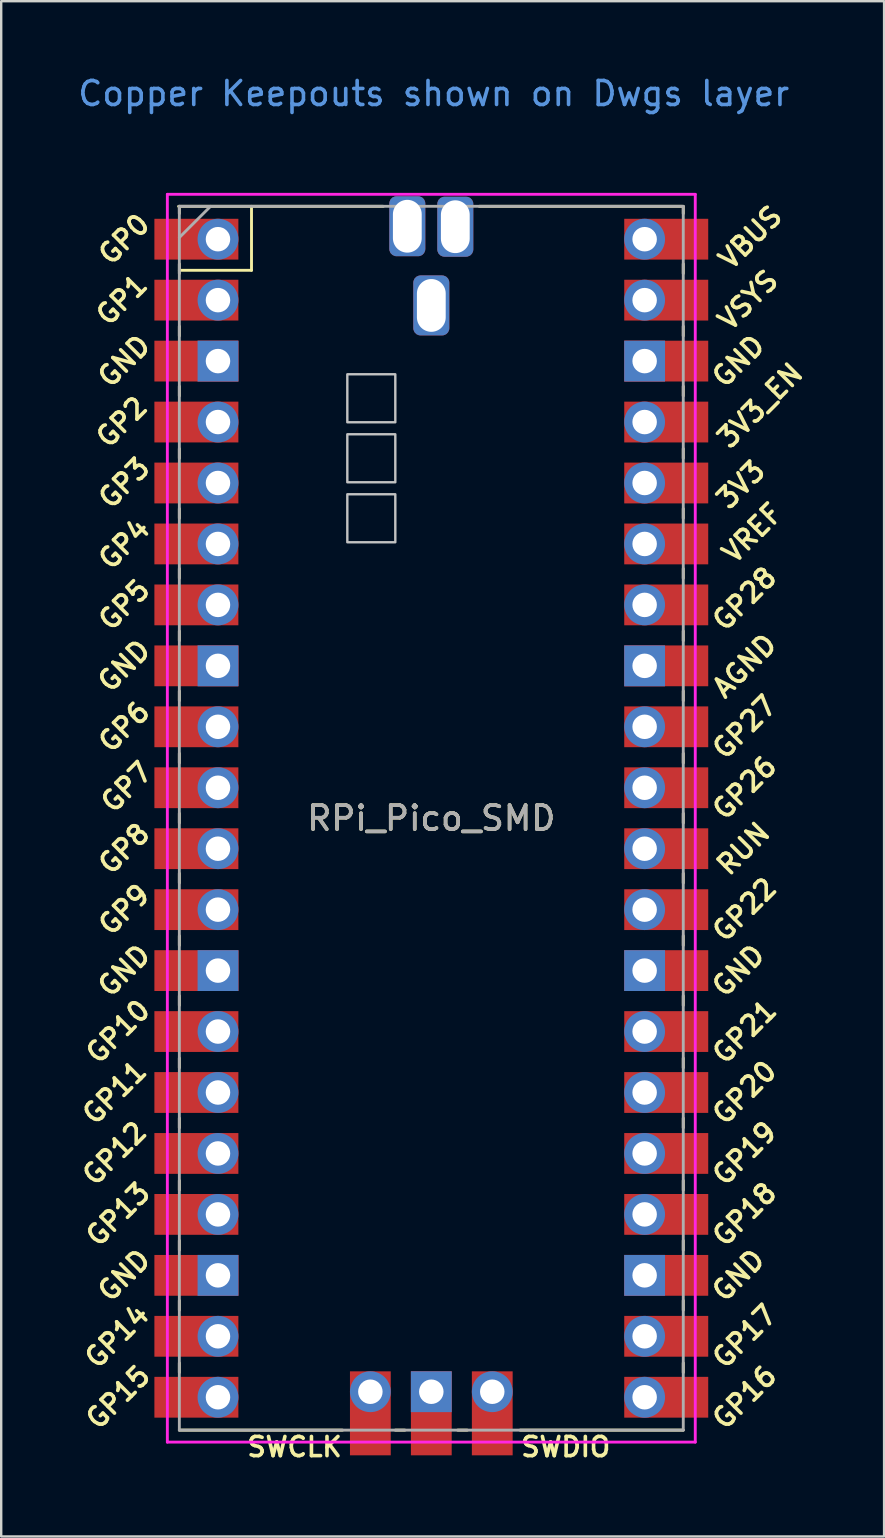
<source format=kicad_pcb>
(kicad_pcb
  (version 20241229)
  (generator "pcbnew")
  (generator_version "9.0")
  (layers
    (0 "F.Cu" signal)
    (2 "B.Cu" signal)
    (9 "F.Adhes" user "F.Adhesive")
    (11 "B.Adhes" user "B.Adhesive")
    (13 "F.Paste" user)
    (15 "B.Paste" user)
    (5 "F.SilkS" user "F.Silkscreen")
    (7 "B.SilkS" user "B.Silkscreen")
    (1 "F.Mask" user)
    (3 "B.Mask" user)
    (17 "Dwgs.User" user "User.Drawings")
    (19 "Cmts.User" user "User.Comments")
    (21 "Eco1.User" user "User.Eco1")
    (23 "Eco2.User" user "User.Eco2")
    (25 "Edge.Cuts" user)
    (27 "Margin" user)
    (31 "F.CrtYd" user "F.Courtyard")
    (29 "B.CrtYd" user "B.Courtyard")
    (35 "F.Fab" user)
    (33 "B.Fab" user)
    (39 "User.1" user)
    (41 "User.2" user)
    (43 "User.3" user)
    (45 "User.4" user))
  (footprint "RPi_Pico_SMD"
    (layer "F.Cu")
    (at 14.924 31.048)
    (property "Reference" "RPi_Pico_SMD" (at 0 0 0) (layer "F.SilkS") (effects (font (size 1 1) (thickness 0.15))))
    (attr through_hole)
    (fp_line (start -10.5 -25.5) (end -10.5 -25.2) (stroke (width 0.12) (type solid)) (layer "F.SilkS"))
    (fp_line (start -10.5 -23.1) (end -10.5 -22.7) (stroke (width 0.12) (type solid)) (layer "F.SilkS"))
    (fp_line (start -10.5 -22.833) (end -7.493 -22.833) (stroke (width 0.12) (type solid)) (layer "F.SilkS"))
    (fp_line (start -10.5 -20.5) (end -10.5 -20.1) (stroke (width 0.12) (type solid)) (layer "F.SilkS"))
    (fp_line (start -10.5 -18) (end -10.5 -17.6) (stroke (width 0.12) (type solid)) (layer "F.SilkS"))
    (fp_line (start -10.5 -15.4) (end -10.5 -15) (stroke (width 0.12) (type solid)) (layer "F.SilkS"))
    (fp_line (start -10.5 -12.9) (end -10.5 -12.5) (stroke (width 0.12) (type solid)) (layer "F.SilkS"))
    (fp_line (start -10.5 -10.4) (end -10.5 -10) (stroke (width 0.12) (type solid)) (layer "F.SilkS"))
    (fp_line (start -10.5 -7.8) (end -10.5 -7.4) (stroke (width 0.12) (type solid)) (layer "F.SilkS"))
    (fp_line (start -10.5 -5.3) (end -10.5 -4.9) (stroke (width 0.12) (type solid)) (layer "F.SilkS"))
    (fp_line (start -10.5 -2.7) (end -10.5 -2.3) (stroke (width 0.12) (type solid)) (layer "F.SilkS"))
    (fp_line (start -10.5 -0.2) (end -10.5 0.2) (stroke (width 0.12) (type solid)) (layer "F.SilkS"))
    (fp_line (start -10.5 2.3) (end -10.5 2.7) (stroke (width 0.12) (type solid)) (layer "F.SilkS"))
    (fp_line (start -10.5 4.9) (end -10.5 5.3) (stroke (width 0.12) (type solid)) (layer "F.SilkS"))
    (fp_line (start -10.5 7.4) (end -10.5 7.8) (stroke (width 0.12) (type solid)) (layer "F.SilkS"))
    (fp_line (start -10.5 10) (end -10.5 10.4) (stroke (width 0.12) (type solid)) (layer "F.SilkS"))
    (fp_line (start -10.5 12.5) (end -10.5 12.9) (stroke (width 0.12) (type solid)) (layer "F.SilkS"))
    (fp_line (start -10.5 15.1) (end -10.5 15.5) (stroke (width 0.12) (type solid)) (layer "F.SilkS"))
    (fp_line (start -10.5 17.6) (end -10.5 18) (stroke (width 0.12) (type solid)) (layer "F.SilkS"))
    (fp_line (start -10.5 20.1) (end -10.5 20.5) (stroke (width 0.12) (type solid)) (layer "F.SilkS"))
    (fp_line (start -10.5 22.7) (end -10.5 23.1) (stroke (width 0.12) (type solid)) (layer "F.SilkS"))
    (fp_line (start -7.493 -22.833) (end -7.493 -25.5) (stroke (width 0.12) (type solid)) (layer "F.SilkS"))
    (fp_line (start -3.7 25.5) (end -10.5 25.5) (stroke (width 0.12) (type solid)) (layer "F.SilkS"))
    (fp_line (start -2 -25.5) (end -10.53 -25.5) (stroke (width 0.12) (type solid)) (layer "F.SilkS"))
    (fp_line (start -1.5 25.5) (end -1.1 25.5) (stroke (width 0.12) (type solid)) (layer "F.SilkS"))
    (fp_line (start 1.1 25.5) (end 1.5 25.5) (stroke (width 0.12) (type solid)) (layer "F.SilkS"))
    (fp_line (start 10.47 -25.5) (end 2 -25.5) (stroke (width 0.12) (type solid)) (layer "F.SilkS"))
    (fp_line (start 10.5 -25.5) (end 10.5 -25.2) (stroke (width 0.12) (type solid)) (layer "F.SilkS"))
    (fp_line (start 10.5 -23.1) (end 10.5 -22.7) (stroke (width 0.12) (type solid)) (layer "F.SilkS"))
    (fp_line (start 10.5 -20.5) (end 10.5 -20.1) (stroke (width 0.12) (type solid)) (layer "F.SilkS"))
    (fp_line (start 10.5 -18) (end 10.5 -17.6) (stroke (width 0.12) (type solid)) (layer "F.SilkS"))
    (fp_line (start 10.5 -15.4) (end 10.5 -15) (stroke (width 0.12) (type solid)) (layer "F.SilkS"))
    (fp_line (start 10.5 -12.9) (end 10.5 -12.5) (stroke (width 0.12) (type solid)) (layer "F.SilkS"))
    (fp_line (start 10.5 -10.4) (end 10.5 -10) (stroke (width 0.12) (type solid)) (layer "F.SilkS"))
    (fp_line (start 10.5 -7.8) (end 10.5 -7.4) (stroke (width 0.12) (type solid)) (layer "F.SilkS"))
    (fp_line (start 10.5 -5.3) (end 10.5 -4.9) (stroke (width 0.12) (type solid)) (layer "F.SilkS"))
    (fp_line (start 10.5 -2.7) (end 10.5 -2.3) (stroke (width 0.12) (type solid)) (layer "F.SilkS"))
    (fp_line (start 10.5 -0.2) (end 10.5 0.2) (stroke (width 0.12) (type solid)) (layer "F.SilkS"))
    (fp_line (start 10.5 2.3) (end 10.5 2.7) (stroke (width 0.12) (type solid)) (layer "F.SilkS"))
    (fp_line (start 10.5 4.9) (end 10.5 5.3) (stroke (width 0.12) (type solid)) (layer "F.SilkS"))
    (fp_line (start 10.5 7.4) (end 10.5 7.8) (stroke (width 0.12) (type solid)) (layer "F.SilkS"))
    (fp_line (start 10.5 10) (end 10.5 10.4) (stroke (width 0.12) (type solid)) (layer "F.SilkS"))
    (fp_line (start 10.5 12.5) (end 10.5 12.9) (stroke (width 0.12) (type solid)) (layer "F.SilkS"))
    (fp_line (start 10.5 15.1) (end 10.5 15.5) (stroke (width 0.12) (type solid)) (layer "F.SilkS"))
    (fp_line (start 10.5 17.6) (end 10.5 18) (stroke (width 0.12) (type solid)) (layer "F.SilkS"))
    (fp_line (start 10.5 20.1) (end 10.5 20.5) (stroke (width 0.12) (type solid)) (layer "F.SilkS"))
    (fp_line (start 10.5 22.7) (end 10.5 23.1) (stroke (width 0.12) (type solid)) (layer "F.SilkS"))
    (fp_line (start 10.5 25.5) (end 3.7 25.5) (stroke (width 0.12) (type solid)) (layer "F.SilkS"))
    (fp_poly (pts (xy -1.5 -16.5) (xy -3.5 -16.5) (xy -3.5 -18.5) (xy -1.5 -18.5)) (stroke (width 0.1) (type solid)) (fill no) (layer "Dwgs.User"))
    (fp_poly (pts (xy -1.5 -14) (xy -3.5 -14) (xy -3.5 -16) (xy -1.5 -16)) (stroke (width 0.1) (type solid)) (fill no) (layer "Dwgs.User"))
    (fp_poly (pts (xy -1.5 -11.5) (xy -3.5 -11.5) (xy -3.5 -13.5) (xy -1.5 -13.5)) (stroke (width 0.1) (type solid)) (fill no) (layer "Dwgs.User"))
    (fp_line (start -11 -26) (end 11 -26) (stroke (width 0.12) (type solid)) (layer "F.CrtYd"))
    (fp_line (start -11 26) (end -11 -26) (stroke (width 0.12) (type solid)) (layer "F.CrtYd"))
    (fp_line (start 11 -26) (end 11 26) (stroke (width 0.12) (type solid)) (layer "F.CrtYd"))
    (fp_line (start 11 26) (end -11 26) (stroke (width 0.12) (type solid)) (layer "F.CrtYd"))
    (fp_line (start -10.5 -25.5) (end 10.5 -25.5) (stroke (width 0.12) (type solid)) (layer "F.Fab"))
    (fp_line (start -10.5 -24.2) (end -9.2 -25.5) (stroke (width 0.12) (type solid)) (layer "F.Fab"))
    (fp_line (start -10.5 25.5) (end -10.5 -25.5) (stroke (width 0.12) (type solid)) (layer "F.Fab"))
    (fp_line (start 10.5 -25.5) (end 10.5 25.5) (stroke (width 0.12) (type solid)) (layer "F.Fab"))
    (fp_line (start 10.5 25.5) (end -10.5 25.5) (stroke (width 0.12) (type solid)) (layer "F.Fab"))
    (fp_text user "GP10" (at -13.054 8.89 45) (layer "F.SilkS") (effects (font (size 0.8 0.8) (thickness 0.15))))
    (fp_text user "GP4" (at -12.8 -11.43 45) (layer "F.SilkS") (effects (font (size 0.8 0.8) (thickness 0.15))))
    (fp_text user "GP9" (at -12.8 3.81 45) (layer "F.SilkS") (effects (font (size 0.8 0.8) (thickness 0.15))))
    (fp_text user "GP7" (at -12.7 -1.3 45) (layer "F.SilkS") (effects (font (size 0.8 0.8) (thickness 0.15))))
    (fp_text user "GP2" (at -12.9 -16.51 45) (layer "F.SilkS") (effects (font (size 0.8 0.8) (thickness 0.15))))
    (fp_text user "GP28" (at 13.054 -9.144 45) (layer "F.SilkS") (effects (font (size 0.8 0.8) (thickness 0.15))))
    (fp_text user "GP6" (at -12.8 -3.81 45) (layer "F.SilkS") (effects (font (size 0.8 0.8) (thickness 0.15))))
    (fp_text user "AGND" (at 13.054 -6.35 45) (layer "F.SilkS") (effects (font (size 0.8 0.8) (thickness 0.15))))
    (fp_text user "GP8" (at -12.8 1.27 45) (layer "F.SilkS") (effects (font (size 0.8 0.8) (thickness 0.15))))
    (fp_text user "GND" (at 12.8 -19.05 45) (layer "F.SilkS") (effects (font (size 0.8 0.8) (thickness 0.15))))
    (fp_text user "3V3_EN" (at 13.7 -17.2 45) (layer "F.SilkS") (effects (font (size 0.8 0.8) (thickness 0.15))))
    (fp_text user "GND" (at 12.8 6.35 45) (layer "F.SilkS") (effects (font (size 0.8 0.8) (thickness 0.15))))
    (fp_text user "GP20" (at 13.054 11.43 45) (layer "F.SilkS") (effects (font (size 0.8 0.8) (thickness 0.15))))
    (fp_text user "GP21" (at 13.054 8.9 45) (layer "F.SilkS") (effects (font (size 0.8 0.8) (thickness 0.15))))
    (fp_text user "VSYS" (at 13.2 -21.59 45) (layer "F.SilkS") (effects (font (size 0.8 0.8) (thickness 0.15))))
    (fp_text user "GND" (at -12.8 6.35 45) (layer "F.SilkS") (effects (font (size 0.8 0.8) (thickness 0.15))))
    (fp_text user "RUN" (at 13 1.27 45) (layer "F.SilkS") (effects (font (size 0.8 0.8) (thickness 0.15))))
    (fp_text user "VBUS" (at 13.3 -24.2 45) (layer "F.SilkS") (effects (font (size 0.8 0.8) (thickness 0.15))))
    (fp_text user "GP11" (at -13.2 11.43 45) (layer "F.SilkS") (effects (font (size 0.8 0.8) (thickness 0.15))))
    (fp_text user "GND" (at -12.8 -6.35 45) (layer "F.SilkS") (effects (font (size 0.8 0.8) (thickness 0.15))))
    (fp_text user "VREF" (at 13.375 -11.889 45) (layer "F.SilkS") (effects (font (size 0.8 0.8) (thickness 0.15))))
    (fp_text user "GP13" (at -13.054 16.51 45) (layer "F.SilkS") (effects (font (size 0.8 0.8) (thickness 0.15))))
    (fp_text user "GP19" (at 13.054 13.97 45) (layer "F.SilkS") (effects (font (size 0.8 0.8) (thickness 0.15))))
    (fp_text user "3V3" (at 12.9 -13.9 45) (layer "F.SilkS") (effects (font (size 0.8 0.8) (thickness 0.15))))
    (fp_text user "GND" (at -12.8 -19.05 45) (layer "F.SilkS") (effects (font (size 0.8 0.8) (thickness 0.15))))
    (fp_text user "GND" (at -12.8 19.05 45) (layer "F.SilkS") (effects (font (size 0.8 0.8) (thickness 0.15))))
    (fp_text user "GP3" (at -12.8 -13.97 45) (layer "F.SilkS") (effects (font (size 0.8 0.8) (thickness 0.15))))
    (fp_text user "GP17" (at 13.054 21.59 45) (layer "F.SilkS") (effects (font (size 0.8 0.8) (thickness 0.15))))
    (fp_text user "GP0" (at -12.8 -24.13 45) (layer "F.SilkS") (effects (font (size 0.8 0.8) (thickness 0.15))))
    (fp_text user "GP26" (at 13.054 -1.27 45) (layer "F.SilkS") (effects (font (size 0.8 0.8) (thickness 0.15))))
    (fp_text user "GP27" (at 13.054 -3.8 45) (layer "F.SilkS") (effects (font (size 0.8 0.8) (thickness 0.15))))
    (fp_text user "GP22" (at 13.054 3.81 45) (layer "F.SilkS") (effects (font (size 0.8 0.8) (thickness 0.15))))
    (fp_text user "GP12" (at -13.2 13.97 45) (layer "F.SilkS") (effects (font (size 0.8 0.8) (thickness 0.15))))
    (fp_text user "GP18" (at 13.054 16.51 45) (layer "F.SilkS") (effects (font (size 0.8 0.8) (thickness 0.15))))
    (fp_text user "GND" (at 12.8 19.05 45) (layer "F.SilkS") (effects (font (size 0.8 0.8) (thickness 0.15))))
    (fp_text user "SWDIO" (at 5.6 26.2 0) (layer "F.SilkS") (effects (font (size 0.8 0.8) (thickness 0.15))))
    (fp_text user "SWCLK" (at -5.7 26.2 0) (layer "F.SilkS") (effects (font (size 0.8 0.8) (thickness 0.15))))
    (fp_text user "GP5" (at -12.8 -8.89 45) (layer "F.SilkS") (effects (font (size 0.8 0.8) (thickness 0.15))))
    (fp_text user "GP1" (at -12.9 -21.6 45) (layer "F.SilkS") (effects (font (size 0.8 0.8) (thickness 0.15))))
    (fp_text user "GP14" (at -13.1 21.59 45) (layer "F.SilkS") (effects (font (size 0.8 0.8) (thickness 0.15))))
    (fp_text user "GP15" (at -13.054 24.13 45) (layer "F.SilkS") (effects (font (size 0.8 0.8) (thickness 0.15))))
    (fp_text user "GP16" (at 13.054 24.13 45) (layer "F.SilkS") (effects (font (size 0.8 0.8) (thickness 0.15))))
    (fp_text user "Copper Keepouts shown on Dwgs layer" (at 0.1 -30.2 0) (layer "Cmts.User") (effects (font (size 1 1) (thickness 0.15))))
    (fp_text user "${REFERENCE}" (at 0 0 180) (layer "F.Fab") (effects (font (size 1 1) (thickness 0.15))))
    (pad "1" thru_hole oval (at -8.89 -24.13) (size 1.7 1.7) (drill 1.02) (layers "*.Cu" "*.Mask"))
    (pad "1" smd rect (at -8.89 -24.13) (size 3.5 1.7) (drill (offset -0.9 0)) (layers "F.Cu" "F.Mask"))
    (pad "2" thru_hole oval (at -8.89 -21.59) (size 1.7 1.7) (drill 1.02) (layers "*.Cu" "*.Mask"))
    (pad "2" smd rect (at -8.89 -21.59) (size 3.5 1.7) (drill (offset -0.9 0)) (layers "F.Cu" "F.Mask"))
    (pad "3" thru_hole rect (at -8.89 -19.05) (size 1.7 1.7) (drill 1.02) (layers "*.Cu" "*.Mask"))
    (pad "3" smd rect (at -8.89 -19.05) (size 3.5 1.7) (drill (offset -0.9 0)) (layers "F.Cu" "F.Mask"))
    (pad "4" thru_hole oval (at -8.89 -16.51) (size 1.7 1.7) (drill 1.02) (layers "*.Cu" "*.Mask"))
    (pad "4" smd rect (at -8.89 -16.51) (size 3.5 1.7) (drill (offset -0.9 0)) (layers "F.Cu" "F.Mask"))
    (pad "5" thru_hole oval (at -8.89 -13.97) (size 1.7 1.7) (drill 1.02) (layers "*.Cu" "*.Mask"))
    (pad "5" smd rect (at -8.89 -13.97) (size 3.5 1.7) (drill (offset -0.9 0)) (layers "F.Cu" "F.Mask"))
    (pad "6" thru_hole oval (at -8.89 -11.43) (size 1.7 1.7) (drill 1.02) (layers "*.Cu" "*.Mask"))
    (pad "6" smd rect (at -8.89 -11.43) (size 3.5 1.7) (drill (offset -0.9 0)) (layers "F.Cu" "F.Mask"))
    (pad "7" thru_hole oval (at -8.89 -8.89) (size 1.7 1.7) (drill 1.02) (layers "*.Cu" "*.Mask"))
    (pad "7" smd rect (at -8.89 -8.89) (size 3.5 1.7) (drill (offset -0.9 0)) (layers "F.Cu" "F.Mask"))
    (pad "8" thru_hole rect (at -8.89 -6.35) (size 1.7 1.7) (drill 1.02) (layers "*.Cu" "*.Mask"))
    (pad "8" smd rect (at -8.89 -6.35) (size 3.5 1.7) (drill (offset -0.9 0)) (layers "F.Cu" "F.Mask"))
    (pad "9" thru_hole oval (at -8.89 -3.81) (size 1.7 1.7) (drill 1.02) (layers "*.Cu" "*.Mask"))
    (pad "9" smd rect (at -8.89 -3.81) (size 3.5 1.7) (drill (offset -0.9 0)) (layers "F.Cu" "F.Mask"))
    (pad "10" thru_hole oval (at -8.89 -1.27) (size 1.7 1.7) (drill 1.02) (layers "*.Cu" "*.Mask"))
    (pad "10" smd rect (at -8.89 -1.27) (size 3.5 1.7) (drill (offset -0.9 0)) (layers "F.Cu" "F.Mask"))
    (pad "11" thru_hole oval (at -8.89 1.27) (size 1.7 1.7) (drill 1.02) (layers "*.Cu" "*.Mask"))
    (pad "11" smd rect (at -8.89 1.27) (size 3.5 1.7) (drill (offset -0.9 0)) (layers "F.Cu" "F.Mask"))
    (pad "12" thru_hole oval (at -8.89 3.81) (size 1.7 1.7) (drill 1.02) (layers "*.Cu" "*.Mask"))
    (pad "12" smd rect (at -8.89 3.81) (size 3.5 1.7) (drill (offset -0.9 0)) (layers "F.Cu" "F.Mask"))
    (pad "13" thru_hole rect (at -8.89 6.35) (size 1.7 1.7) (drill 1.02) (layers "*.Cu" "*.Mask"))
    (pad "13" smd rect (at -8.89 6.35) (size 3.5 1.7) (drill (offset -0.9 0)) (layers "F.Cu" "F.Mask"))
    (pad "14" thru_hole oval (at -8.89 8.89) (size 1.7 1.7) (drill 1.02) (layers "*.Cu" "*.Mask"))
    (pad "14" smd rect (at -8.89 8.89) (size 3.5 1.7) (drill (offset -0.9 0)) (layers "F.Cu" "F.Mask"))
    (pad "15" thru_hole oval (at -8.89 11.43) (size 1.7 1.7) (drill 1.02) (layers "*.Cu" "*.Mask"))
    (pad "15" smd rect (at -8.89 11.43) (size 3.5 1.7) (drill (offset -0.9 0)) (layers "F.Cu" "F.Mask"))
    (pad "16" thru_hole oval (at -8.89 13.97) (size 1.7 1.7) (drill 1.02) (layers "*.Cu" "*.Mask"))
    (pad "16" smd rect (at -8.89 13.97) (size 3.5 1.7) (drill (offset -0.9 0)) (layers "F.Cu" "F.Mask"))
    (pad "17" thru_hole oval (at -8.89 16.51) (size 1.7 1.7) (drill 1.02) (layers "*.Cu" "*.Mask"))
    (pad "17" smd rect (at -8.89 16.51) (size 3.5 1.7) (drill (offset -0.9 0)) (layers "F.Cu" "F.Mask"))
    (pad "18" thru_hole rect (at -8.89 19.05) (size 1.7 1.7) (drill 1.02) (layers "*.Cu" "*.Mask"))
    (pad "18" smd rect (at -8.89 19.05) (size 3.5 1.7) (drill (offset -0.9 0)) (layers "F.Cu" "F.Mask"))
    (pad "19" thru_hole oval (at -8.89 21.59) (size 1.7 1.7) (drill 1.02) (layers "*.Cu" "*.Mask"))
    (pad "19" smd rect (at -8.89 21.59) (size 3.5 1.7) (drill (offset -0.9 0)) (layers "F.Cu" "F.Mask"))
    (pad "20" thru_hole oval (at -8.89 24.13) (size 1.7 1.7) (drill 1.02) (layers "*.Cu" "*.Mask"))
    (pad "20" smd rect (at -8.89 24.13) (size 3.5 1.7) (drill (offset -0.9 0)) (layers "F.Cu" "F.Mask"))
    (pad "21" thru_hole oval (at 8.89 24.13) (size 1.7 1.7) (drill 1.02) (layers "*.Cu" "*.Mask"))
    (pad "21" smd rect (at 8.89 24.13) (size 3.5 1.7) (drill (offset 0.9 0)) (layers "F.Cu" "F.Mask"))
    (pad "22" thru_hole oval (at 8.89 21.59) (size 1.7 1.7) (drill 1.02) (layers "*.Cu" "*.Mask"))
    (pad "22" smd rect (at 8.89 21.59) (size 3.5 1.7) (drill (offset 0.9 0)) (layers "F.Cu" "F.Mask"))
    (pad "23" thru_hole rect (at 8.89 19.05) (size 1.7 1.7) (drill 1.02) (layers "*.Cu" "*.Mask"))
    (pad "23" smd rect (at 8.89 19.05) (size 3.5 1.7) (drill (offset 0.9 0)) (layers "F.Cu" "F.Mask"))
    (pad "24" thru_hole oval (at 8.89 16.51) (size 1.7 1.7) (drill 1.02) (layers "*.Cu" "*.Mask"))
    (pad "24" smd rect (at 8.89 16.51) (size 3.5 1.7) (drill (offset 0.9 0)) (layers "F.Cu" "F.Mask"))
    (pad "25" thru_hole oval (at 8.89 13.97) (size 1.7 1.7) (drill 1.02) (layers "*.Cu" "*.Mask"))
    (pad "25" smd rect (at 8.89 13.97) (size 3.5 1.7) (drill (offset 0.9 0)) (layers "F.Cu" "F.Mask"))
    (pad "26" thru_hole oval (at 8.89 11.43) (size 1.7 1.7) (drill 1.02) (layers "*.Cu" "*.Mask"))
    (pad "26" smd rect (at 8.89 11.43) (size 3.5 1.7) (drill (offset 0.9 0)) (layers "F.Cu" "F.Mask"))
    (pad "27" thru_hole oval (at 8.89 8.89) (size 1.7 1.7) (drill 1.02) (layers "*.Cu" "*.Mask"))
    (pad "27" smd rect (at 8.89 8.89) (size 3.5 1.7) (drill (offset 0.9 0)) (layers "F.Cu" "F.Mask"))
    (pad "28" thru_hole rect (at 8.89 6.35) (size 1.7 1.7) (drill 1.02) (layers "*.Cu" "*.Mask"))
    (pad "28" smd rect (at 8.89 6.35) (size 3.5 1.7) (drill (offset 0.9 0)) (layers "F.Cu" "F.Mask"))
    (pad "29" thru_hole oval (at 8.89 3.81) (size 1.7 1.7) (drill 1.02) (layers "*.Cu" "*.Mask"))
    (pad "29" smd rect (at 8.89 3.81) (size 3.5 1.7) (drill (offset 0.9 0)) (layers "F.Cu" "F.Mask"))
    (pad "30" thru_hole oval (at 8.89 1.27) (size 1.7 1.7) (drill 1.02) (layers "*.Cu" "*.Mask"))
    (pad "30" smd rect (at 8.89 1.27) (size 3.5 1.7) (drill (offset 0.9 0)) (layers "F.Cu" "F.Mask"))
    (pad "31" thru_hole oval (at 8.89 -1.27) (size 1.7 1.7) (drill 1.02) (layers "*.Cu" "*.Mask"))
    (pad "31" smd rect (at 8.89 -1.27) (size 3.5 1.7) (drill (offset 0.9 0)) (layers "F.Cu" "F.Mask"))
    (pad "32" thru_hole oval (at 8.89 -3.81) (size 1.7 1.7) (drill 1.02) (layers "*.Cu" "*.Mask"))
    (pad "32" smd rect (at 8.89 -3.81) (size 3.5 1.7) (drill (offset 0.9 0)) (layers "F.Cu" "F.Mask"))
    (pad "33" thru_hole rect (at 8.89 -6.35) (size 1.7 1.7) (drill 1.02) (layers "*.Cu" "*.Mask"))
    (pad "33" smd rect (at 8.89 -6.35) (size 3.5 1.7) (drill (offset 0.9 0)) (layers "F.Cu" "F.Mask"))
    (pad "34" thru_hole oval (at 8.89 -8.89) (size 1.7 1.7) (drill 1.02) (layers "*.Cu" "*.Mask"))
    (pad "34" smd rect (at 8.89 -8.89) (size 3.5 1.7) (drill (offset 0.9 0)) (layers "F.Cu" "F.Mask"))
    (pad "35" thru_hole oval (at 8.89 -11.43) (size 1.7 1.7) (drill 1.02) (layers "*.Cu" "*.Mask"))
    (pad "35" smd rect (at 8.89 -11.43) (size 3.5 1.7) (drill (offset 0.9 0)) (layers "F.Cu" "F.Mask"))
    (pad "36" thru_hole oval (at 8.89 -13.97) (size 1.7 1.7) (drill 1.02) (layers "*.Cu" "*.Mask"))
    (pad "36" smd rect (at 8.89 -13.97) (size 3.5 1.7) (drill (offset 0.9 0)) (layers "F.Cu" "F.Mask"))
    (pad "37" thru_hole oval (at 8.89 -16.51) (size 1.7 1.7) (drill 1.02) (layers "*.Cu" "*.Mask"))
    (pad "37" smd rect (at 8.89 -16.51) (size 3.5 1.7) (drill (offset 0.9 0)) (layers "F.Cu" "F.Mask"))
    (pad "38" thru_hole rect (at 8.89 -19.05) (size 1.7 1.7) (drill 1.02) (layers "*.Cu" "*.Mask"))
    (pad "38" smd rect (at 8.89 -19.05) (size 3.5 1.7) (drill (offset 0.9 0)) (layers "F.Cu" "F.Mask"))
    (pad "39" thru_hole oval (at 8.89 -21.59) (size 1.7 1.7) (drill 1.02) (layers "*.Cu" "*.Mask"))
    (pad "39" smd rect (at 8.89 -21.59) (size 3.5 1.7) (drill (offset 0.9 0)) (layers "F.Cu" "F.Mask"))
    (pad "40" thru_hole oval (at 8.89 -24.13) (size 1.7 1.7) (drill 1.02) (layers "*.Cu" "*.Mask"))
    (pad "40" smd rect (at 8.89 -24.13) (size 3.5 1.7) (drill (offset 0.9 0)) (layers "F.Cu" "F.Mask"))
    (pad "41" thru_hole oval (at -2.54 23.9) (size 1.7 1.7) (drill 1.02) (layers "*.Cu" "*.Mask"))
    (pad "41" smd rect (at -2.54 23.9 90) (size 3.5 1.7) (drill (offset -0.9 0)) (layers "F.Cu" "F.Mask"))
    (pad "42" thru_hole rect (at 0 23.9) (size 1.7 1.7) (drill 1.02) (layers "*.Cu" "*.Mask"))
    (pad "42" smd rect (at 0 23.9 90) (size 3.5 1.7) (drill (offset -0.9 0)) (layers "F.Cu" "F.Mask"))
    (pad "43" thru_hole oval (at 2.54 23.9) (size 1.7 1.7) (drill 1.02) (layers "*.Cu" "*.Mask"))
    (pad "43" smd rect (at 2.54 23.9 90) (size 3.5 1.7) (drill (offset -0.9 0)) (layers "F.Cu" "F.Mask"))
    (pad "TP1" thru_hole roundrect (at 0 -21.37) (size 1.5 2.5) (drill oval 1.2 2.2) (layers "*.Cu" "*.Mask") (roundrect_rratio 0.2))
    (pad "TP2" thru_hole roundrect (at 1 -24.65) (size 1.5 2.5) (drill oval 1.2 2.2) (layers "*.Cu" "*.Mask") (roundrect_rratio 0.2))
    (pad "TP3" thru_hole roundrect (at -1 -24.67) (size 1.5 2.5) (drill oval 1.2 2.2) (layers "*.Cu" "*.Mask") (roundrect_rratio 0.2)))
  (gr_rect
    (start -3 -3)
    (end 33.793 60.98)
    (stroke (width 0.1) (type default))
    (fill no)
    (layer "Edge.Cuts")))
</source>
